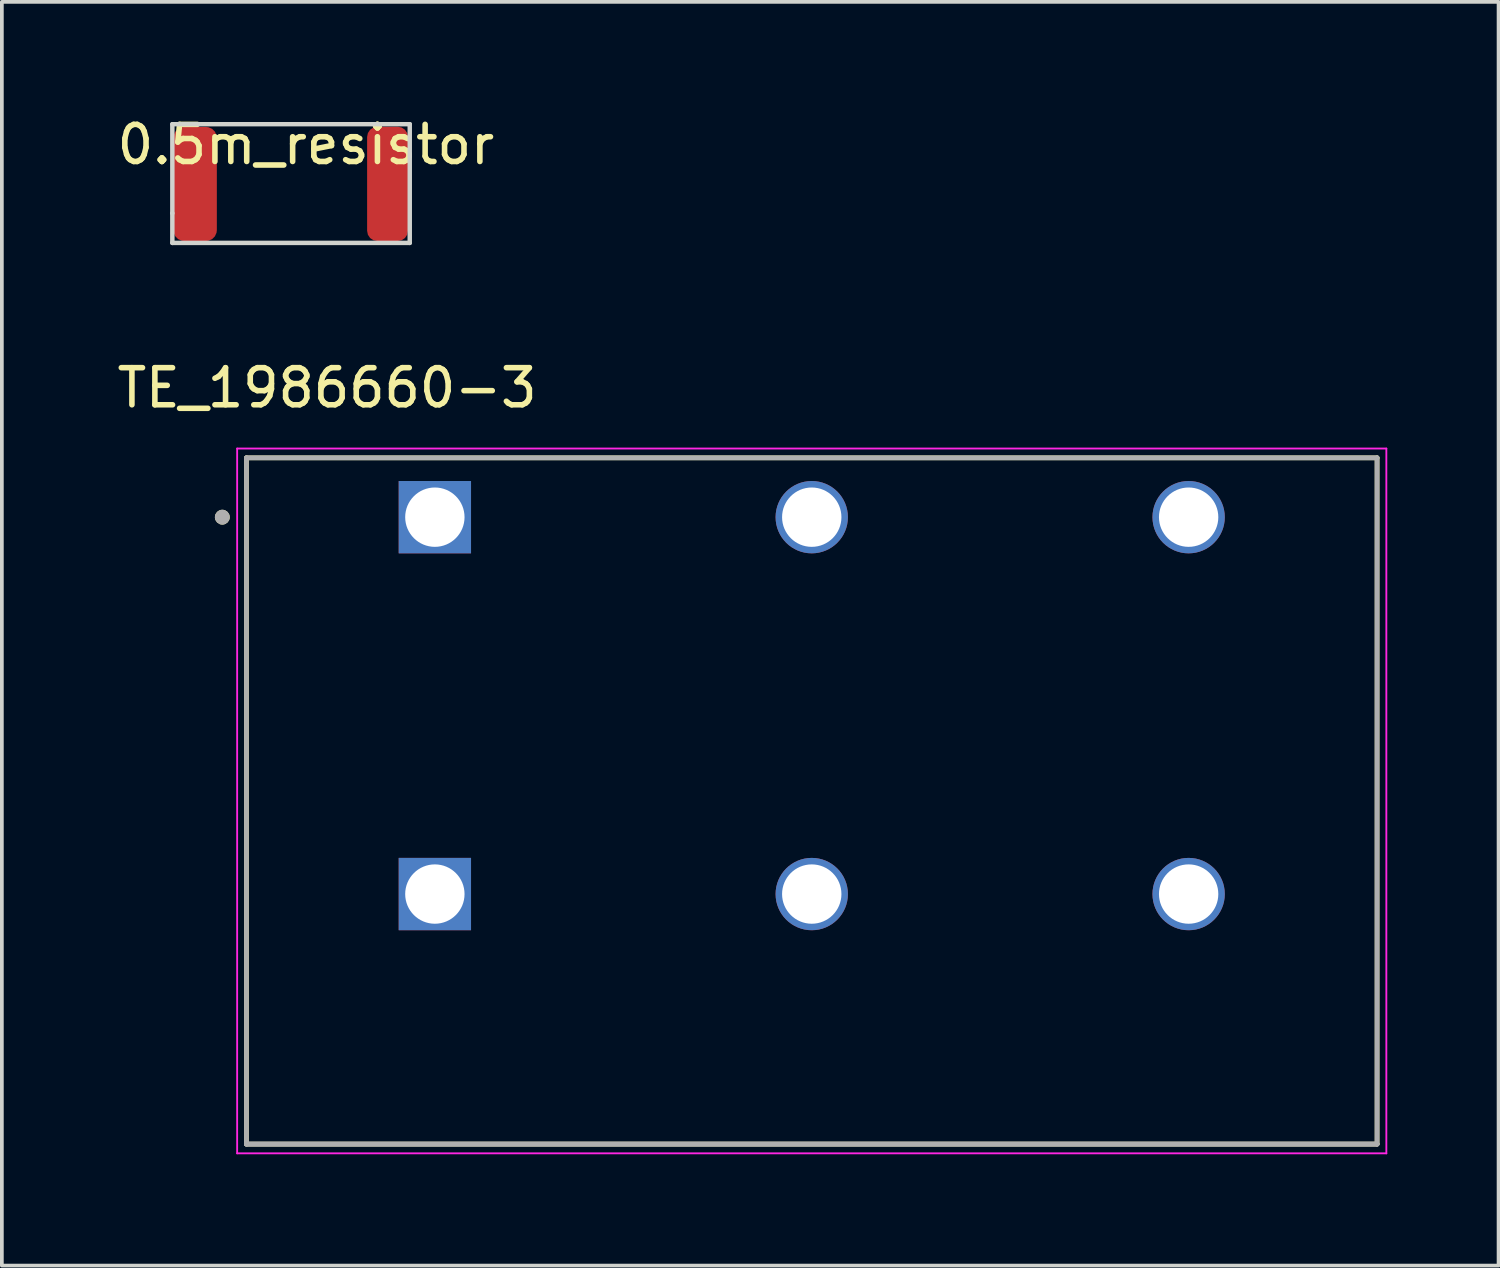
<source format=kicad_pcb>
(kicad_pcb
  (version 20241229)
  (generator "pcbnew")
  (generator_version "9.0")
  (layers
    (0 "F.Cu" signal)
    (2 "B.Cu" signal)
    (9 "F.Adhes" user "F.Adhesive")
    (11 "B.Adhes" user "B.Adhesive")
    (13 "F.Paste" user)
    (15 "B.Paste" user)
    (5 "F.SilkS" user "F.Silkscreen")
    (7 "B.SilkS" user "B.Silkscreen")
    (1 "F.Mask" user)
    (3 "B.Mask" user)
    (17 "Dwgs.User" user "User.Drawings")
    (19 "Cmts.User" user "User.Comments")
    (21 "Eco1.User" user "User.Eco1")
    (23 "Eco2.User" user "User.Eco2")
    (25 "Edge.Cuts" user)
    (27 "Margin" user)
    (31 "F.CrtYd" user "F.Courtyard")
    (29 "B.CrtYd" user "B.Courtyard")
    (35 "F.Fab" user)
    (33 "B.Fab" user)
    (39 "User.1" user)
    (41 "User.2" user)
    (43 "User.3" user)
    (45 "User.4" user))
  (footprint "0.5m_resistor"
    (layer "F.Cu")
    (at 4.796 1.848)
    (property "Reference" "0.5m_resistor" (at 0.4 -1 0) (unlocked yes) (layer "F.SilkS") (effects (font (size 1 1) (thickness 0.15))))
    (attr smd)
    (fp_line (start -3.2 -1.55) (end -3.2 0.85) (stroke (width 0.12) (type solid)) (layer "Edge.Cuts"))
    (fp_line (start -3.2 0.85) (end -3.2 1.65) (stroke (width 0.12) (type solid)) (layer "Edge.Cuts"))
    (fp_line (start -3.2 1.65) (end 3.2 1.65) (stroke (width 0.12) (type solid)) (layer "Edge.Cuts"))
    (fp_line (start 3.2 -1.55) (end -3.2 -1.55) (stroke (width 0.12) (type solid)) (layer "Edge.Cuts"))
    (fp_line (start 3.2 1.65) (end 3.2 -1.55) (stroke (width 0.12) (type solid)) (layer "Edge.Cuts"))
    (pad "1" smd roundrect (at -2.586 0.062) (size 1.171 3.075) (layers "F.Cu" "F.Mask" "F.Paste") (roundrect_rratio 0.25))
    (pad "2" smd roundrect (at 2.601 0.059) (size 1.101 3.081) (layers "F.Cu" "F.Mask" "F.Paste") (roundrect_rratio 0.25)))
  (footprint "TE_1986660-3"
    (layer "F.Cu")
    (at 8.673 10.892)
    (property "Reference" "TE_1986660-3" (at -2.905 -3.485 0) (layer "F.SilkS") (effects (font (size 1 1) (thickness 0.15))))
    (attr through_hole)
    (fp_line (start -5.08 16.9) (end -5.08 -1.6) (stroke (width 0.127) (type solid)) (layer "F.SilkS"))
    (fp_line (start 25.4 -1.6) (end -5.08 -1.6) (stroke (width 0.127) (type solid)) (layer "F.SilkS"))
    (fp_line (start 25.4 -1.6) (end 25.4 16.9) (stroke (width 0.127) (type solid)) (layer "F.SilkS"))
    (fp_line (start 25.4 16.9) (end -5.08 16.9) (stroke (width 0.127) (type solid)) (layer "F.SilkS"))
    (fp_circle (center -5.73 0) (end -5.63 0) (stroke (width 0.2) (type solid)) (fill no) (layer "F.SilkS"))
    (fp_line (start -5.33 -1.85) (end 25.65 -1.85) (stroke (width 0.05) (type solid)) (layer "F.CrtYd"))
    (fp_line (start -5.33 17.15) (end -5.33 -1.85) (stroke (width 0.05) (type solid)) (layer "F.CrtYd"))
    (fp_line (start 25.65 -1.85) (end 25.65 17.15) (stroke (width 0.05) (type solid)) (layer "F.CrtYd"))
    (fp_line (start 25.65 17.15) (end -5.33 17.15) (stroke (width 0.05) (type solid)) (layer "F.CrtYd"))
    (fp_line (start -5.08 -1.6) (end 25.4 -1.6) (stroke (width 0.127) (type solid)) (layer "F.Fab"))
    (fp_line (start -5.08 16.9) (end -5.08 -1.6) (stroke (width 0.127) (type solid)) (layer "F.Fab"))
    (fp_line (start -5.08 16.9) (end -5.08 16.9) (stroke (width 0.127) (type solid)) (layer "F.Fab"))
    (fp_line (start -5.08 16.9) (end 25.4 16.9) (stroke (width 0.127) (type solid)) (layer "F.Fab"))
    (fp_line (start 25.4 -1.6) (end 25.4 16.9) (stroke (width 0.127) (type solid)) (layer "F.Fab"))
    (fp_line (start 25.4 16.9) (end -5.08 16.9) (stroke (width 0.127) (type solid)) (layer "F.Fab"))
    (fp_line (start 25.4 16.9) (end 25.4 16.9) (stroke (width 0.127) (type solid)) (layer "F.Fab"))
    (fp_circle (center -5.73 0) (end -5.63 0) (stroke (width 0.2) (type solid)) (fill no) (layer "F.Fab"))
    (pad "1_1" thru_hole rect (at 0 0) (size 1.95 1.95) (drill 1.6) (layers "*.Cu" "*.Mask"))
    (pad "1_2" thru_hole rect (at 0 10.16) (size 1.95 1.95) (drill 1.6) (layers "*.Cu" "*.Mask"))
    (pad "2_1" thru_hole circle (at 10.16 0) (size 1.95 1.95) (drill 1.6) (layers "*.Cu" "*.Mask"))
    (pad "2_2" thru_hole circle (at 10.16 10.16) (size 1.95 1.95) (drill 1.6) (layers "*.Cu" "*.Mask"))
    (pad "3_1" thru_hole circle (at 20.32 0) (size 1.95 1.95) (drill 1.6) (layers "*.Cu" "*.Mask"))
    (pad "3_2" thru_hole circle (at 20.32 10.16) (size 1.95 1.95) (drill 1.6) (layers "*.Cu" "*.Mask")))
  (gr_rect
    (start -3 -3)
    (end 37.348 31.067)
    (stroke (width 0.1) (type default))
    (fill no)
    (layer "Edge.Cuts")))
</source>
